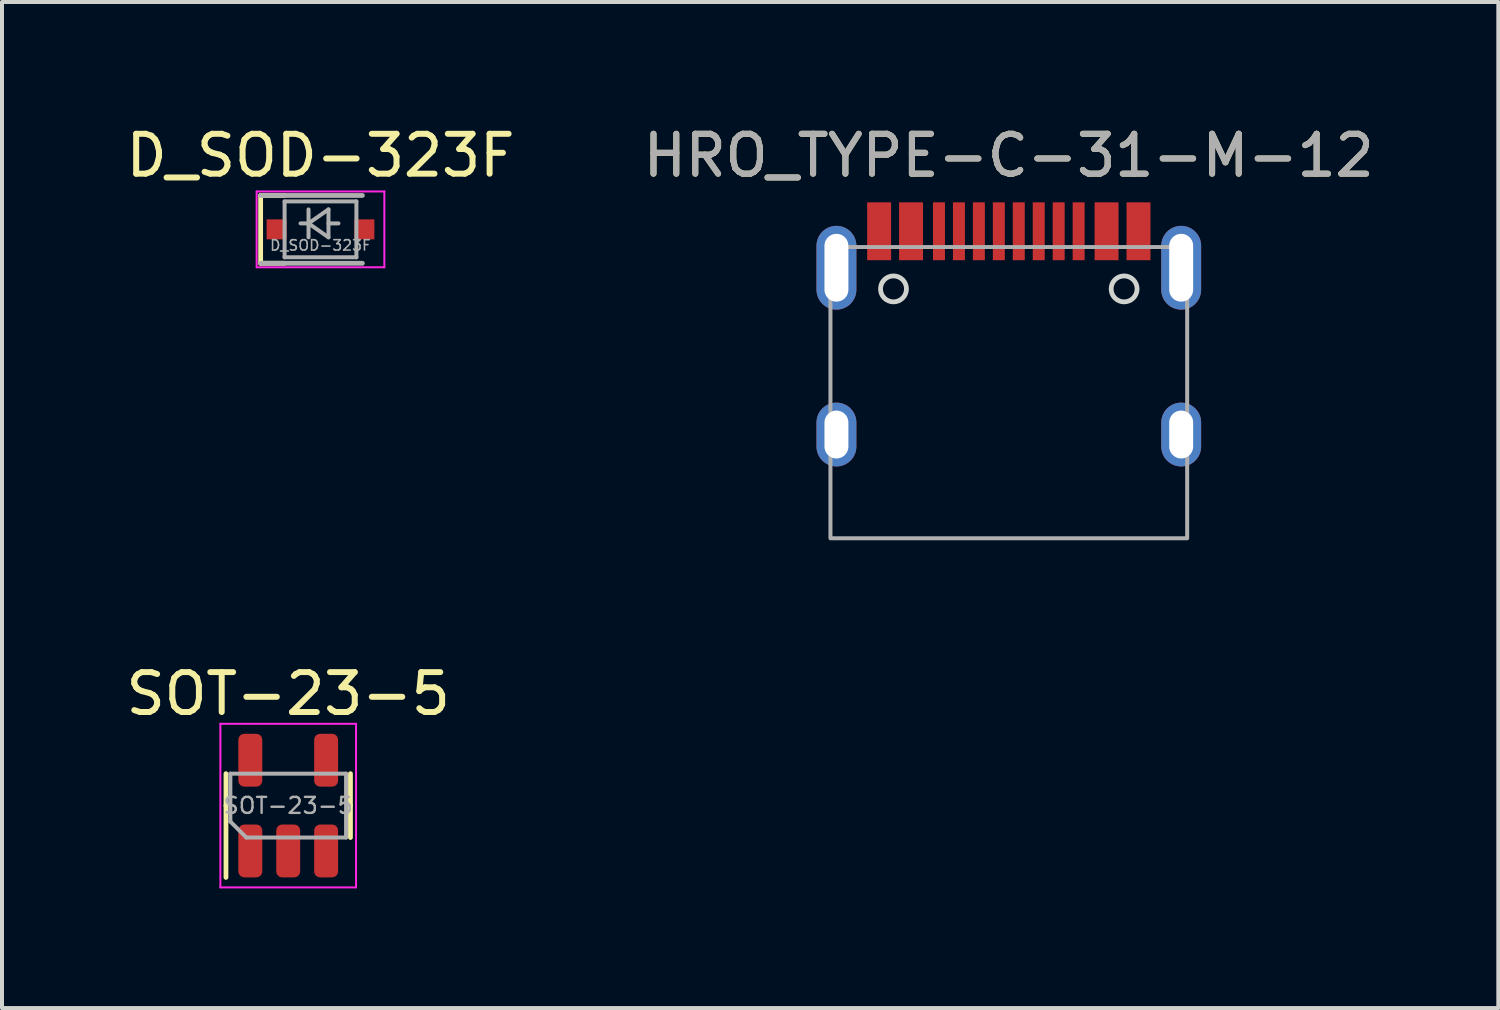
<source format=kicad_pcb>
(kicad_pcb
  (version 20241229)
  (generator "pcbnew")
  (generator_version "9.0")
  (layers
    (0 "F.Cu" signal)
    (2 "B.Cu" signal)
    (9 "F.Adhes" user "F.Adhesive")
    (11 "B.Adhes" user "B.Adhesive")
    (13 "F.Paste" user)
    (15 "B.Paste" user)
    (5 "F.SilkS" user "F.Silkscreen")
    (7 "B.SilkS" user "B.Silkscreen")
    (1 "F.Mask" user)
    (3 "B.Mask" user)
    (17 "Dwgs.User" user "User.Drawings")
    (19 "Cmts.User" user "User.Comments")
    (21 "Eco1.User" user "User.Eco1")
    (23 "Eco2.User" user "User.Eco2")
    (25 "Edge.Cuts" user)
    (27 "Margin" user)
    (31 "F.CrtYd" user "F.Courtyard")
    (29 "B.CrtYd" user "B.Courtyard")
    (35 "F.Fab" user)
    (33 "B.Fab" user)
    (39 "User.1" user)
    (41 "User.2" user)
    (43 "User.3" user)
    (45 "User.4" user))
  (footprint "D_SOD-323F"
    (layer "F.Cu")
    (at 4.982 2.698)
    (property "Reference" "D_SOD-323F" (at 0 -1.85 180) (layer "F.SilkS") (effects (font (size 1 1) (thickness 0.15))))
    (attr smd)
    (fp_line (start -1.5 -0.85) (end -1.5 0.85) (stroke (width 0.12) (type solid)) (layer "F.SilkS"))
    (fp_line (start -0.9 -0.85) (end -1.5 -0.85) (stroke (width 0.12) (type solid)) (layer "F.SilkS"))
    (fp_line (start -0.9 0.85) (end -1.5 0.85) (stroke (width 0.12) (type solid)) (layer "F.SilkS"))
    (fp_line (start -1.6 -0.95) (end -1.6 0.95) (stroke (width 0.05) (type solid)) (layer "F.CrtYd"))
    (fp_line (start -1.6 -0.95) (end 1.6 -0.95) (stroke (width 0.05) (type solid)) (layer "F.CrtYd"))
    (fp_line (start -1.6 0.95) (end 1.6 0.95) (stroke (width 0.05) (type solid)) (layer "F.CrtYd"))
    (fp_line (start 1.6 -0.95) (end 1.6 0.95) (stroke (width 0.05) (type solid)) (layer "F.CrtYd"))
    (fp_line (start -1.5 -0.85) (end 1.05 -0.85) (stroke (width 0.12) (type solid)) (layer "F.Fab"))
    (fp_line (start -1.5 0.85) (end 1.05 0.85) (stroke (width 0.12) (type solid)) (layer "F.Fab"))
    (fp_line (start -0.9 -0.7) (end 0.9 -0.7) (stroke (width 0.1) (type solid)) (layer "F.Fab"))
    (fp_line (start -0.9 0.7) (end -0.9 -0.7) (stroke (width 0.1) (type solid)) (layer "F.Fab"))
    (fp_line (start -0.3 -0.5) (end -0.3 0.2) (stroke (width 0.1) (type solid)) (layer "F.Fab"))
    (fp_line (start -0.3 -0.15) (end -0.5 -0.15) (stroke (width 0.1) (type solid)) (layer "F.Fab"))
    (fp_line (start -0.3 -0.15) (end 0.2 -0.5) (stroke (width 0.1) (type solid)) (layer "F.Fab"))
    (fp_line (start 0.2 -0.5) (end 0.2 0.2) (stroke (width 0.1) (type solid)) (layer "F.Fab"))
    (fp_line (start 0.2 -0.15) (end 0.45 -0.15) (stroke (width 0.1) (type solid)) (layer "F.Fab"))
    (fp_line (start 0.2 0.2) (end -0.3 -0.15) (stroke (width 0.1) (type solid)) (layer "F.Fab"))
    (fp_line (start 0.9 -0.7) (end 0.9 0.7) (stroke (width 0.1) (type solid)) (layer "F.Fab"))
    (fp_line (start 0.9 0.7) (end -0.9 0.7) (stroke (width 0.1) (type solid)) (layer "F.Fab"))
    (fp_text user "${REFERENCE}" (at 0 0.4 0) (layer "F.Fab") (effects (font (size 0.26 0.26) (thickness 0.04))))
    (pad "1" smd rect (at -1.1 0) (size 0.5 0.5) (layers "F.Cu" "F.Mask" "F.Paste"))
    (pad "2" smd rect (at 1.1 0) (size 0.5 0.5) (layers "F.Cu" "F.Mask" "F.Paste")))
  (footprint "HRO_TYPE-C-31-M-12"
    (layer "F.Cu")
    (at 22.232 5.293)
    (property "Reference" "HRO_TYPE-C-31-M-12" (at 0 -4.445 0) (unlocked yes) (layer "F.SilkS") (effects (font (size 1 1) (thickness 0.15))))
    (attr smd)
    (fp_circle (center -2.89 -1.103) (end -2.565 -1.103) (stroke (width 0.12) (type solid)) (fill no) (layer "Edge.Cuts"))
    (fp_circle (center 2.89 -1.103) (end 3.215 -1.103) (stroke (width 0.12) (type solid)) (fill no) (layer "Edge.Cuts"))
    (fp_rect (start -4.47 -2.152) (end 4.47 5.147) (stroke (width 0.1) (type solid)) (fill no) (layer "F.Fab"))
    (fp_text user "${REFERENCE}" (at 0 -4.445 0) (unlocked yes) (layer "F.Fab") (effects (font (size 1 1) (thickness 0.15))))
    (pad "A1/B12" smd rect (at -3.25 -2.547) (size 0.6 1.45) (layers "F.Cu" "F.Mask" "F.Paste"))
    (pad "A4/B9" smd rect (at -2.45 -2.547) (size 0.6 1.45) (layers "F.Cu" "F.Mask" "F.Paste"))
    (pad "A5" smd rect (at -1.25 -2.547) (size 0.3 1.45) (layers "F.Cu" "F.Mask" "F.Paste"))
    (pad "A6" smd rect (at -0.25 -2.547) (size 0.3 1.45) (layers "F.Cu" "F.Mask" "F.Paste"))
    (pad "A7" smd rect (at 0.25 -2.547) (size 0.3 1.45) (layers "F.Cu" "F.Mask" "F.Paste"))
    (pad "A8" smd rect (at 1.25 -2.547) (size 0.3 1.45) (layers "F.Cu" "F.Mask" "F.Paste"))
    (pad "A9/B4" smd rect (at 2.45 -2.547) (size 0.6 1.45) (layers "F.Cu" "F.Mask" "F.Paste"))
    (pad "A12/B1" smd rect (at 3.25 -2.547) (size 0.6 1.45) (layers "F.Cu" "F.Mask" "F.Paste"))
    (pad "B5" smd rect (at 1.75 -2.547) (size 0.3 1.45) (layers "F.Cu" "F.Mask" "F.Paste"))
    (pad "B6" smd rect (at 0.75 -2.547) (size 0.3 1.45) (layers "F.Cu" "F.Mask" "F.Paste"))
    (pad "B7" smd rect (at -0.75 -2.547) (size 0.3 1.45) (layers "F.Cu" "F.Mask" "F.Paste"))
    (pad "B8" smd rect (at -1.75 -2.547) (size 0.3 1.45) (layers "F.Cu" "F.Mask" "F.Paste"))
    (pad "MP" thru_hole oval (at -4.32 -1.633) (size 1 2.1) (drill oval 0.6 1.7) (layers "*.Cu" "*.Mask"))
    (pad "MP" thru_hole oval (at -4.32 2.547) (size 1 1.6) (drill oval 0.6 1.2) (layers "*.Cu" "*.Mask"))
    (pad "MP" thru_hole oval (at 4.32 -1.633) (size 1 2.1) (drill oval 0.6 1.7) (layers "*.Cu" "*.Mask"))
    (pad "MP" thru_hole oval (at 4.32 2.547) (size 1 1.6) (drill oval 0.6 1.2) (layers "*.Cu" "*.Mask")))
  (footprint "SOT-23-5"
    (layer "F.Cu")
    (at 4.173 17.139)
    (property "Reference" "SOT-23-5" (at 0 -2.8 0) (layer "F.SilkS") (effects (font (size 1 1) (thickness 0.15))))
    (attr smd)
    (fp_line (start -1.56 0) (end -1.56 -0.8) (stroke (width 0.12) (type solid)) (layer "F.SilkS"))
    (fp_line (start -1.56 0) (end -1.56 1.8) (stroke (width 0.12) (type solid)) (layer "F.SilkS"))
    (fp_line (start 1.56 0) (end 1.56 -0.8) (stroke (width 0.12) (type solid)) (layer "F.SilkS"))
    (fp_line (start 1.56 0) (end 1.56 0.8) (stroke (width 0.12) (type solid)) (layer "F.SilkS"))
    (fp_line (start -1.7 -2.05) (end -1.7 2.05) (stroke (width 0.05) (type solid)) (layer "F.CrtYd"))
    (fp_line (start -1.7 2.05) (end 1.7 2.05) (stroke (width 0.05) (type solid)) (layer "F.CrtYd"))
    (fp_line (start 1.7 -2.05) (end -1.7 -2.05) (stroke (width 0.05) (type solid)) (layer "F.CrtYd"))
    (fp_line (start 1.7 2.05) (end 1.7 -2.05) (stroke (width 0.05) (type solid)) (layer "F.CrtYd"))
    (fp_line (start -1.45 -0.8) (end 1.45 -0.8) (stroke (width 0.1) (type solid)) (layer "F.Fab"))
    (fp_line (start -1.45 0.4) (end -1.45 -0.8) (stroke (width 0.1) (type solid)) (layer "F.Fab"))
    (fp_line (start -1.05 0.8) (end -1.45 0.4) (stroke (width 0.1) (type solid)) (layer "F.Fab"))
    (fp_line (start 1.45 -0.8) (end 1.45 0.8) (stroke (width 0.1) (type solid)) (layer "F.Fab"))
    (fp_line (start 1.45 0.8) (end -1.05 0.8) (stroke (width 0.1) (type solid)) (layer "F.Fab"))
    (fp_text user "${REFERENCE}" (at 0 0 180) (layer "F.Fab") (effects (font (size 0.4 0.4) (thickness 0.06))))
    (pad "1" smd roundrect (at -0.95 1.137 90) (size 1.325 0.6) (layers "F.Cu" "F.Mask" "F.Paste") (roundrect_rratio 0.25))
    (pad "2" smd roundrect (at 0 1.137 90) (size 1.325 0.6) (layers "F.Cu" "F.Mask" "F.Paste") (roundrect_rratio 0.25))
    (pad "3" smd roundrect (at 0.95 1.137 90) (size 1.325 0.6) (layers "F.Cu" "F.Mask" "F.Paste") (roundrect_rratio 0.25))
    (pad "4" smd roundrect (at 0.95 -1.137 90) (size 1.325 0.6) (layers "F.Cu" "F.Mask" "F.Paste") (roundrect_rratio 0.25))
    (pad "5" smd roundrect (at -0.95 -1.137 90) (size 1.325 0.6) (layers "F.Cu" "F.Mask" "F.Paste") (roundrect_rratio 0.25)))
  (gr_rect
    (start -3 -3)
    (end 34.5 22.214)
    (stroke (width 0.1) (type default))
    (fill no)
    (layer "Edge.Cuts")))
</source>
